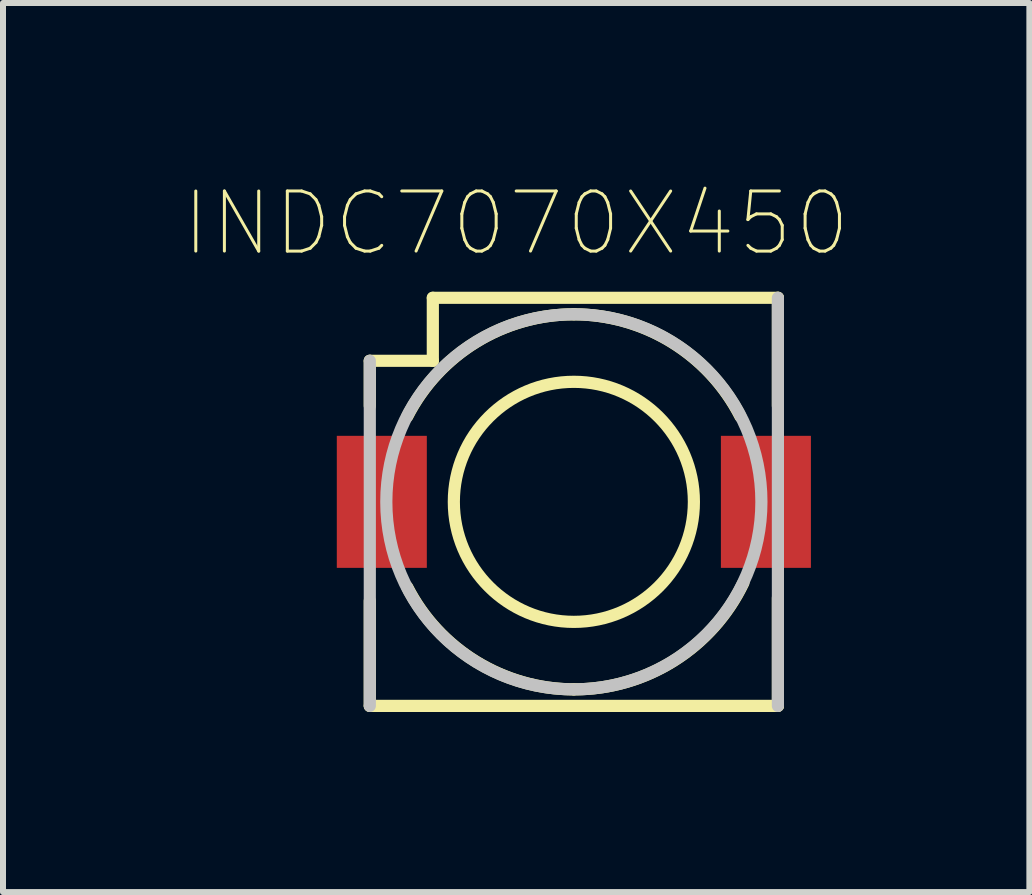
<source format=kicad_pcb>
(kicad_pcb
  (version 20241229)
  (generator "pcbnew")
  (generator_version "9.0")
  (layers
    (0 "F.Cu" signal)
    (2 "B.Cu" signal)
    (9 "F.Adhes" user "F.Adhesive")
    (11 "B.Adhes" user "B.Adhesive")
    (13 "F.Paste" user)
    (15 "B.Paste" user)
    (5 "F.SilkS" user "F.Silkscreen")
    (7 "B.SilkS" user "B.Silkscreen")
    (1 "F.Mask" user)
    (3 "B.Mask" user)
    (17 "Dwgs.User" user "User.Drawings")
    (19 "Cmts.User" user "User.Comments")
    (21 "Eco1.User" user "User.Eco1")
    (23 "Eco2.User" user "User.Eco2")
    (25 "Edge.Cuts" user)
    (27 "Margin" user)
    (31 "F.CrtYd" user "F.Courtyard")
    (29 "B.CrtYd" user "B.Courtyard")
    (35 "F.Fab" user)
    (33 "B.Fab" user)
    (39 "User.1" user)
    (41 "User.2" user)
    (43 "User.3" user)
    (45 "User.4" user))
  (footprint "INDC7070X450"
    (layer "F.Cu")
    (at 6.537 5.21)
    (property "Reference" "INDC7070X450" (at -0.986 -4.537 0) (layer "F.SilkS") (effects (font (size 1.001 1.001) (thickness 0.05))))
    (attr smd)
    (fp_line (start -3.425 -1.498) (end -3.425 -2.248) (stroke (width 0.203) (type solid)) (layer "F.SilkS"))
    (fp_line (start -3.425 3.502) (end -3.425 1.752) (stroke (width 0.203) (type solid)) (layer "F.SilkS"))
    (fp_line (start -2.375 -3.298) (end -2.375 -2.248) (stroke (width 0.203) (type solid)) (layer "F.SilkS"))
    (fp_line (start -2.375 -3.298) (end 3.375 -3.298) (stroke (width 0.203) (type solid)) (layer "F.SilkS"))
    (fp_line (start -2.375 -2.248) (end -3.425 -2.248) (stroke (width 0.203) (type solid)) (layer "F.SilkS"))
    (fp_line (start 3.375 -3.298) (end 3.375 -1.498) (stroke (width 0.203) (type solid)) (layer "F.SilkS"))
    (fp_line (start 3.375 1.702) (end 3.375 3.502) (stroke (width 0.203) (type solid)) (layer "F.SilkS"))
    (fp_line (start 3.375 3.502) (end -3.425 3.502) (stroke (width 0.203) (type solid)) (layer "F.SilkS"))
    (fp_arc (start -2.8004 -1.3234) (mid -1.652983 -2.562314) (end -0.02852 -3.023393) (stroke (width 0.2032) (type solid)) (layer "F.SilkS"))
    (fp_arc (start -0.02852 3.226593) (mid -1.652983 2.765514) (end -2.8004 1.5266) (stroke (width 0.2032) (type solid)) (layer "F.SilkS"))
    (fp_arc (start -0.02228 -3.023393) (mid 1.602183 -2.562314) (end 2.7496 -1.3234) (stroke (width 0.2032) (type solid)) (layer "F.SilkS"))
    (fp_arc (start 2.7996 1.4516) (mid 1.644425 2.747252) (end -0.023917 3.226603) (stroke (width 0.2032) (type solid)) (layer "F.SilkS"))
    (fp_circle (center -0.025 0.102) (end 1.975 0.102) (stroke (width 0.203) (type solid)) (fill no) (layer "F.SilkS"))
    (fp_line (start -3.425 3.502) (end -3.425 -2.248) (stroke (width 0.203) (type solid)) (layer "Dwgs.User"))
    (fp_line (start 3.375 -3.298) (end 3.375 3.502) (stroke (width 0.203) (type solid)) (layer "Dwgs.User"))
    (fp_circle (center -0.025 0.102) (end 3.1 0.102) (stroke (width 0.203) (type solid)) (fill no) (layer "Dwgs.User"))
    (pad "1" smd rect (at -3.225 0.102 90) (size 2.2 1.5) (layers "F.Cu" "F.Mask" "F.Paste"))
    (pad "2" smd rect (at 3.175 0.102 90) (size 2.2 1.5) (layers "F.Cu" "F.Mask" "F.Paste")))
  (gr_rect
    (start -3 -3)
    (end 14.102 11.814)
    (stroke (width 0.1) (type default))
    (fill no)
    (layer "Edge.Cuts")))
</source>
